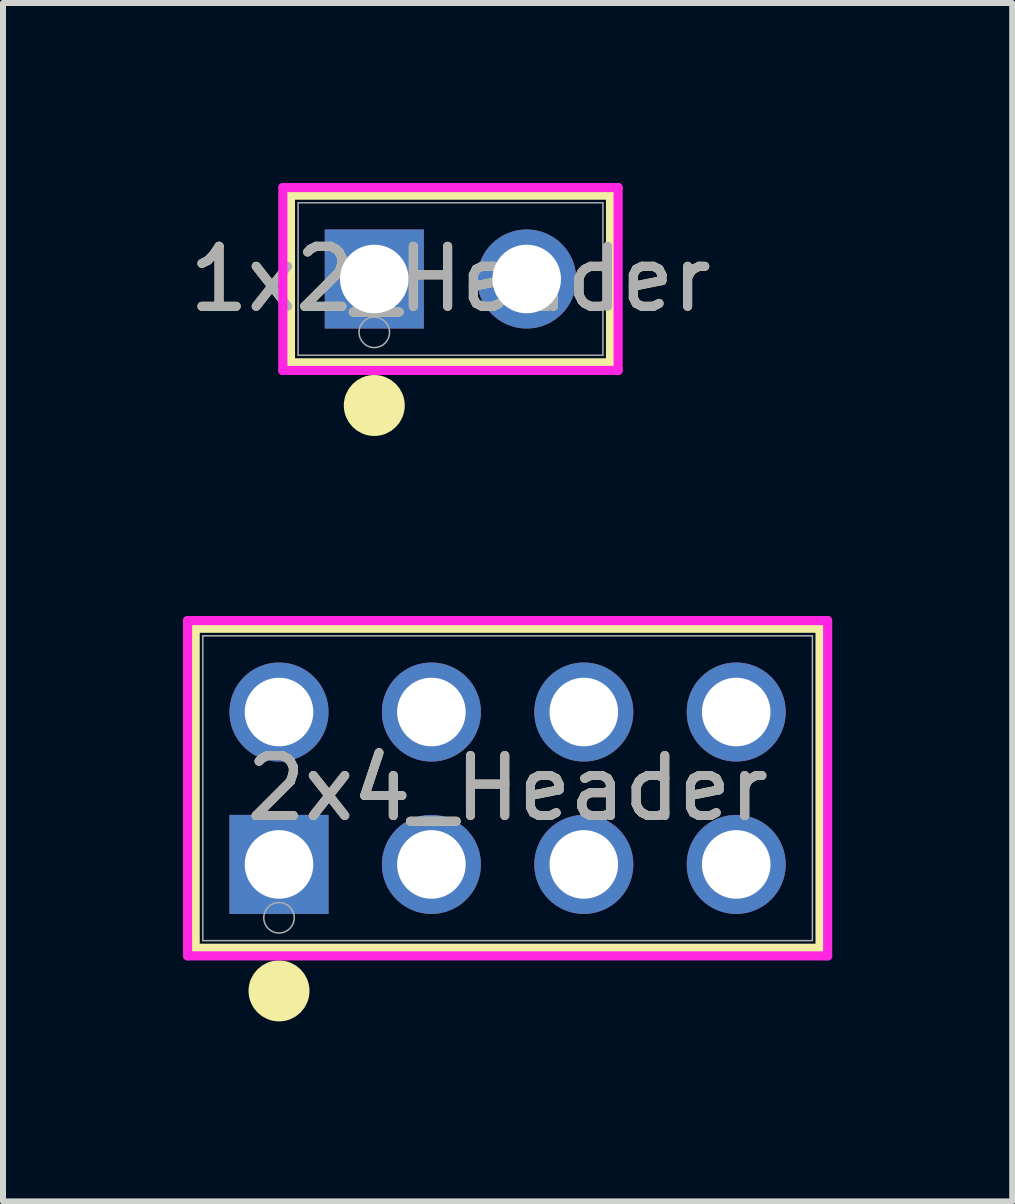
<source format=kicad_pcb>
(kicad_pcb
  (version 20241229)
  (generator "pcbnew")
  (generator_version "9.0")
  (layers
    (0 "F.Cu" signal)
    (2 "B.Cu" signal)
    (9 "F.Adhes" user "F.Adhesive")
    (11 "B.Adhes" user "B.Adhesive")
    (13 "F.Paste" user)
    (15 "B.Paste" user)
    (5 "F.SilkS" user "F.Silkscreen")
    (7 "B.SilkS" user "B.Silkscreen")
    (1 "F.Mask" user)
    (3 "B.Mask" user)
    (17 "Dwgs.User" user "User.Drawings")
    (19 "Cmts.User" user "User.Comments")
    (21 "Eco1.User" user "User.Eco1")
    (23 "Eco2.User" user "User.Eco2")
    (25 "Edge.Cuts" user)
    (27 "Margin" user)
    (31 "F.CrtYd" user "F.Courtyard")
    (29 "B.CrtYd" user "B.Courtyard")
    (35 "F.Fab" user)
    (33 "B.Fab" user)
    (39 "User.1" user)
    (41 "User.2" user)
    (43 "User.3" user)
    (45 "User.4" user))
  (footprint "2x4_Header"
    (layer "F.Cu")
    (at 1.6 11.357)
    (property "Reference" "2x4_Header" (at 3.81 -1.27 0) (unlocked yes) (layer "F.SilkS") (effects (font (size 1 1) (thickness 0.15))))
    (attr through_hole)
    (fp_line (start -1.397 -3.937) (end -1.397 1.397) (stroke (width 0.152) (type solid)) (layer "F.SilkS"))
    (fp_line (start -1.397 1.397) (end 9.017 1.397) (stroke (width 0.152) (type solid)) (layer "F.SilkS"))
    (fp_line (start 9.017 -3.937) (end -1.397 -3.937) (stroke (width 0.152) (type solid)) (layer "F.SilkS"))
    (fp_line (start 9.017 1.397) (end 9.017 -3.937) (stroke (width 0.152) (type solid)) (layer "F.SilkS"))
    (fp_circle (center 0 2.108) (end 0.254 2.108) (stroke (width 0.508) (type solid)) (fill no) (layer "F.SilkS"))
    (fp_line (start -1.524 -4.064) (end -1.524 1.524) (stroke (width 0.152) (type solid)) (layer "F.CrtYd"))
    (fp_line (start -1.524 1.524) (end 9.144 1.524) (stroke (width 0.152) (type solid)) (layer "F.CrtYd"))
    (fp_line (start 9.144 -4.064) (end -1.524 -4.064) (stroke (width 0.152) (type solid)) (layer "F.CrtYd"))
    (fp_line (start 9.144 1.524) (end 9.144 -4.064) (stroke (width 0.152) (type solid)) (layer "F.CrtYd"))
    (fp_line (start -1.27 -3.81) (end -1.27 1.27) (stroke (width 0.025) (type solid)) (layer "F.Fab"))
    (fp_line (start -1.27 1.27) (end 8.89 1.27) (stroke (width 0.025) (type solid)) (layer "F.Fab"))
    (fp_line (start 8.89 -3.81) (end -1.27 -3.81) (stroke (width 0.025) (type solid)) (layer "F.Fab"))
    (fp_line (start 8.89 1.27) (end 8.89 -3.81) (stroke (width 0.025) (type solid)) (layer "F.Fab"))
    (fp_circle (center 0 0.889) (end 0.254 0.889) (stroke (width 0.025) (type solid)) (fill no) (layer "F.Fab"))
    (fp_text user "${REFERENCE}" (at 3.81 -1.27 0) (unlocked yes) (layer "F.Fab") (effects (font (size 1 1) (thickness 0.15))))
    (pad "1" thru_hole rect (at 0 0) (size 1.651 1.651) (drill 1.143) (layers "*.Cu" "*.Mask"))
    (pad "2" thru_hole circle (at 0 -2.54) (size 1.651 1.651) (drill 1.143) (layers "*.Cu" "*.Mask"))
    (pad "3" thru_hole circle (at 2.54 0) (size 1.651 1.651) (drill 1.143) (layers "*.Cu" "*.Mask"))
    (pad "4" thru_hole circle (at 2.54 -2.54) (size 1.651 1.651) (drill 1.143) (layers "*.Cu" "*.Mask"))
    (pad "5" thru_hole circle (at 5.08 0) (size 1.651 1.651) (drill 1.143) (layers "*.Cu" "*.Mask"))
    (pad "6" thru_hole circle (at 5.08 -2.54) (size 1.651 1.651) (drill 1.143) (layers "*.Cu" "*.Mask"))
    (pad "7" thru_hole circle (at 7.62 0) (size 1.651 1.651) (drill 1.143) (layers "*.Cu" "*.Mask"))
    (pad "8" thru_hole circle (at 7.62 -2.54) (size 1.651 1.651) (drill 1.143) (layers "*.Cu" "*.Mask")))
  (footprint "1x2_Header"
    (layer "F.Cu")
    (at 3.188 1.6)
    (property "Reference" "1x2_Header" (at 1.27 0 0) (unlocked yes) (layer "F.SilkS") (effects (font (size 1 1) (thickness 0.15))))
    (attr through_hole)
    (fp_line (start -1.397 -1.397) (end -1.397 1.397) (stroke (width 0.152) (type solid)) (layer "F.SilkS"))
    (fp_line (start -1.397 1.397) (end 3.937 1.397) (stroke (width 0.152) (type solid)) (layer "F.SilkS"))
    (fp_line (start 3.937 -1.397) (end -1.397 -1.397) (stroke (width 0.152) (type solid)) (layer "F.SilkS"))
    (fp_line (start 3.937 1.397) (end 3.937 -1.397) (stroke (width 0.152) (type solid)) (layer "F.SilkS"))
    (fp_circle (center 0 2.108) (end 0.254 2.108) (stroke (width 0.508) (type solid)) (fill no) (layer "F.SilkS"))
    (fp_line (start -1.524 -1.524) (end -1.524 1.524) (stroke (width 0.152) (type solid)) (layer "F.CrtYd"))
    (fp_line (start -1.524 1.524) (end 4.064 1.524) (stroke (width 0.152) (type solid)) (layer "F.CrtYd"))
    (fp_line (start 4.064 -1.524) (end -1.524 -1.524) (stroke (width 0.152) (type solid)) (layer "F.CrtYd"))
    (fp_line (start 4.064 1.524) (end 4.064 -1.524) (stroke (width 0.152) (type solid)) (layer "F.CrtYd"))
    (fp_line (start -1.27 -1.27) (end -1.27 1.27) (stroke (width 0.025) (type solid)) (layer "F.Fab"))
    (fp_line (start -1.27 1.27) (end 3.81 1.27) (stroke (width 0.025) (type solid)) (layer "F.Fab"))
    (fp_line (start 3.81 -1.27) (end -1.27 -1.27) (stroke (width 0.025) (type solid)) (layer "F.Fab"))
    (fp_line (start 3.81 1.27) (end 3.81 -1.27) (stroke (width 0.025) (type solid)) (layer "F.Fab"))
    (fp_circle (center 0 0.889) (end 0.254 0.889) (stroke (width 0.025) (type solid)) (fill no) (layer "F.Fab"))
    (fp_text user "${REFERENCE}" (at 1.27 0 0) (unlocked yes) (layer "F.Fab") (effects (font (size 1 1) (thickness 0.15))))
    (pad "1" thru_hole rect (at 0 0) (size 1.651 1.651) (drill 1.143) (layers "*.Cu" "*.Mask"))
    (pad "2" thru_hole circle (at 2.54 0) (size 1.651 1.651) (drill 1.143) (layers "*.Cu" "*.Mask")))
  (gr_rect
    (start -3 -3)
    (end 13.82 16.973)
    (stroke (width 0.1) (type default))
    (fill no)
    (layer "Edge.Cuts")))
</source>
